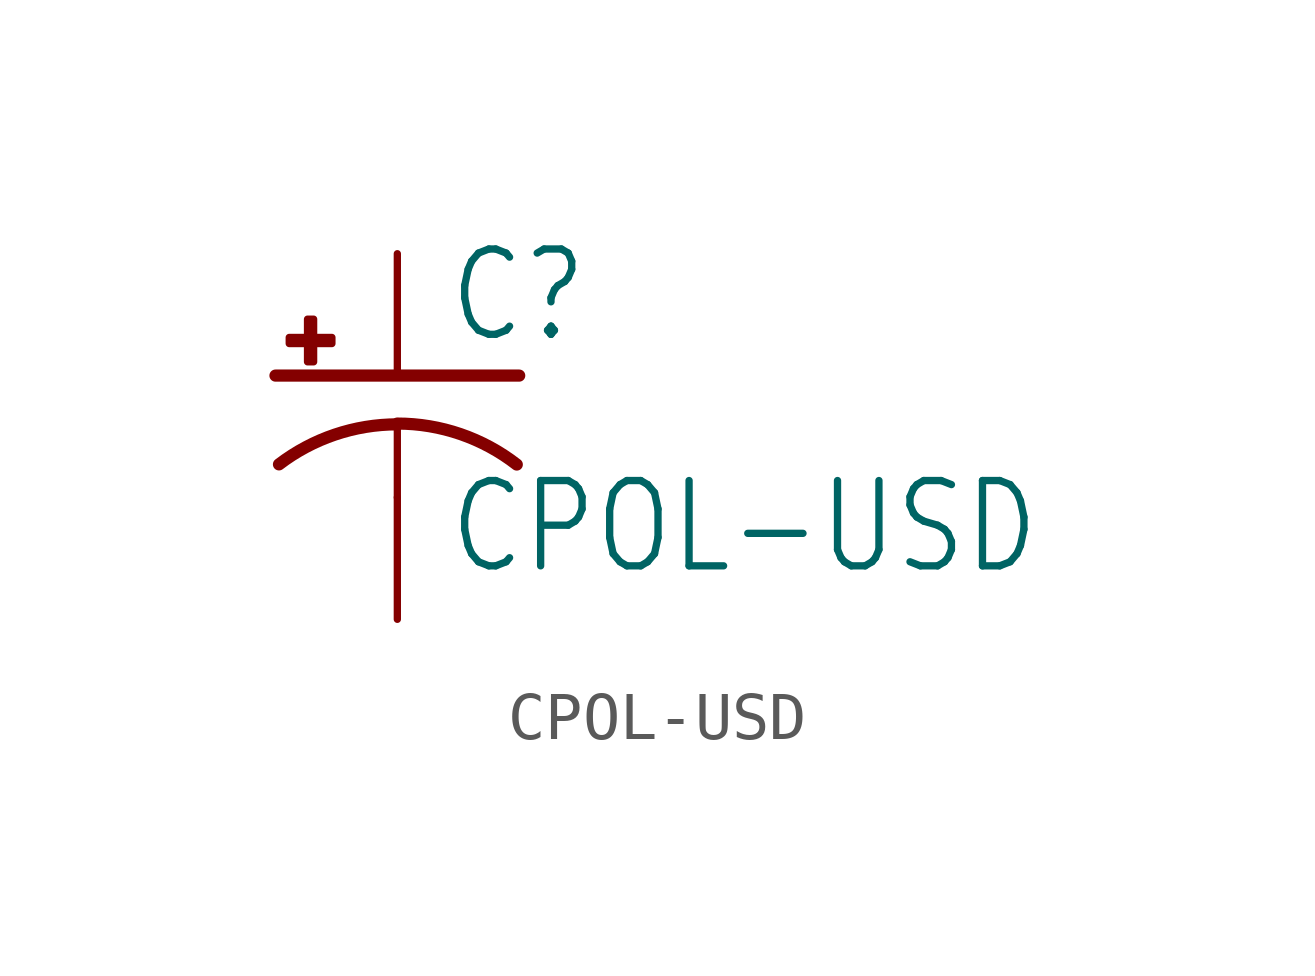
<source format=kicad_sym>
(kicad_symbol_lib
  (version 20220914)
  (generator kicad_symbol_editor)
  (symbol "CPOL-USD"
    (property "Reference" "C"
      (at 1.016 0.635 0)
      (effects (font (size 1.778 1.511)) (justify left bottom)))
    (property "Value" "CPOL-USD"
      (at 1.016 -4.191 0)
      (effects (font (size 1.778 1.511)) (justify left bottom)))
    (property "ki_locked" ""
      (at 0 0 0)
      (effects (font (size 1.27 1.27))))
    (symbol "CPOL-USD_1_0"
      (rectangle (start -2.253 0.668) (end -1.364 0.795) (stroke (width 0) (type default)) (fill (type outline)))
      (rectangle (start -1.872 0.287) (end -1.745 1.176) (stroke (width 0) (type default)) (fill (type outline)))
      (arc (start 0 -1.0161) (mid -1.3021 -1.2302) (end -2.4669 -1.8504) (stroke (width 0.254) (type default)) (fill (type none)))
      (polyline (pts (xy -2.54 0) (xy 2.54 0)) (stroke (width 0.254) (type default)) (fill (type none)))
      (polyline (pts (xy 0 -1.016) (xy 0 -2.54)) (stroke (width 0.152) (type default)) (fill (type none)))
      (arc (start 2.4892 -1.8542) (mid 1.3158 -1.2195) (end 0 -1) (stroke (width 0.254) (type default)) (fill (type none)))
      (pin passive line (at 0 2.54 270) (length 2.54) (name "+" (effects (font (size 0 0)))) (number "+" (effects (font (size 0 0)))))
      (pin passive line (at 0 -5.08 90) (length 2.54) (name "-" (effects (font (size 0 0)))) (number "-" (effects (font (size 0 0))))))))
</source>
